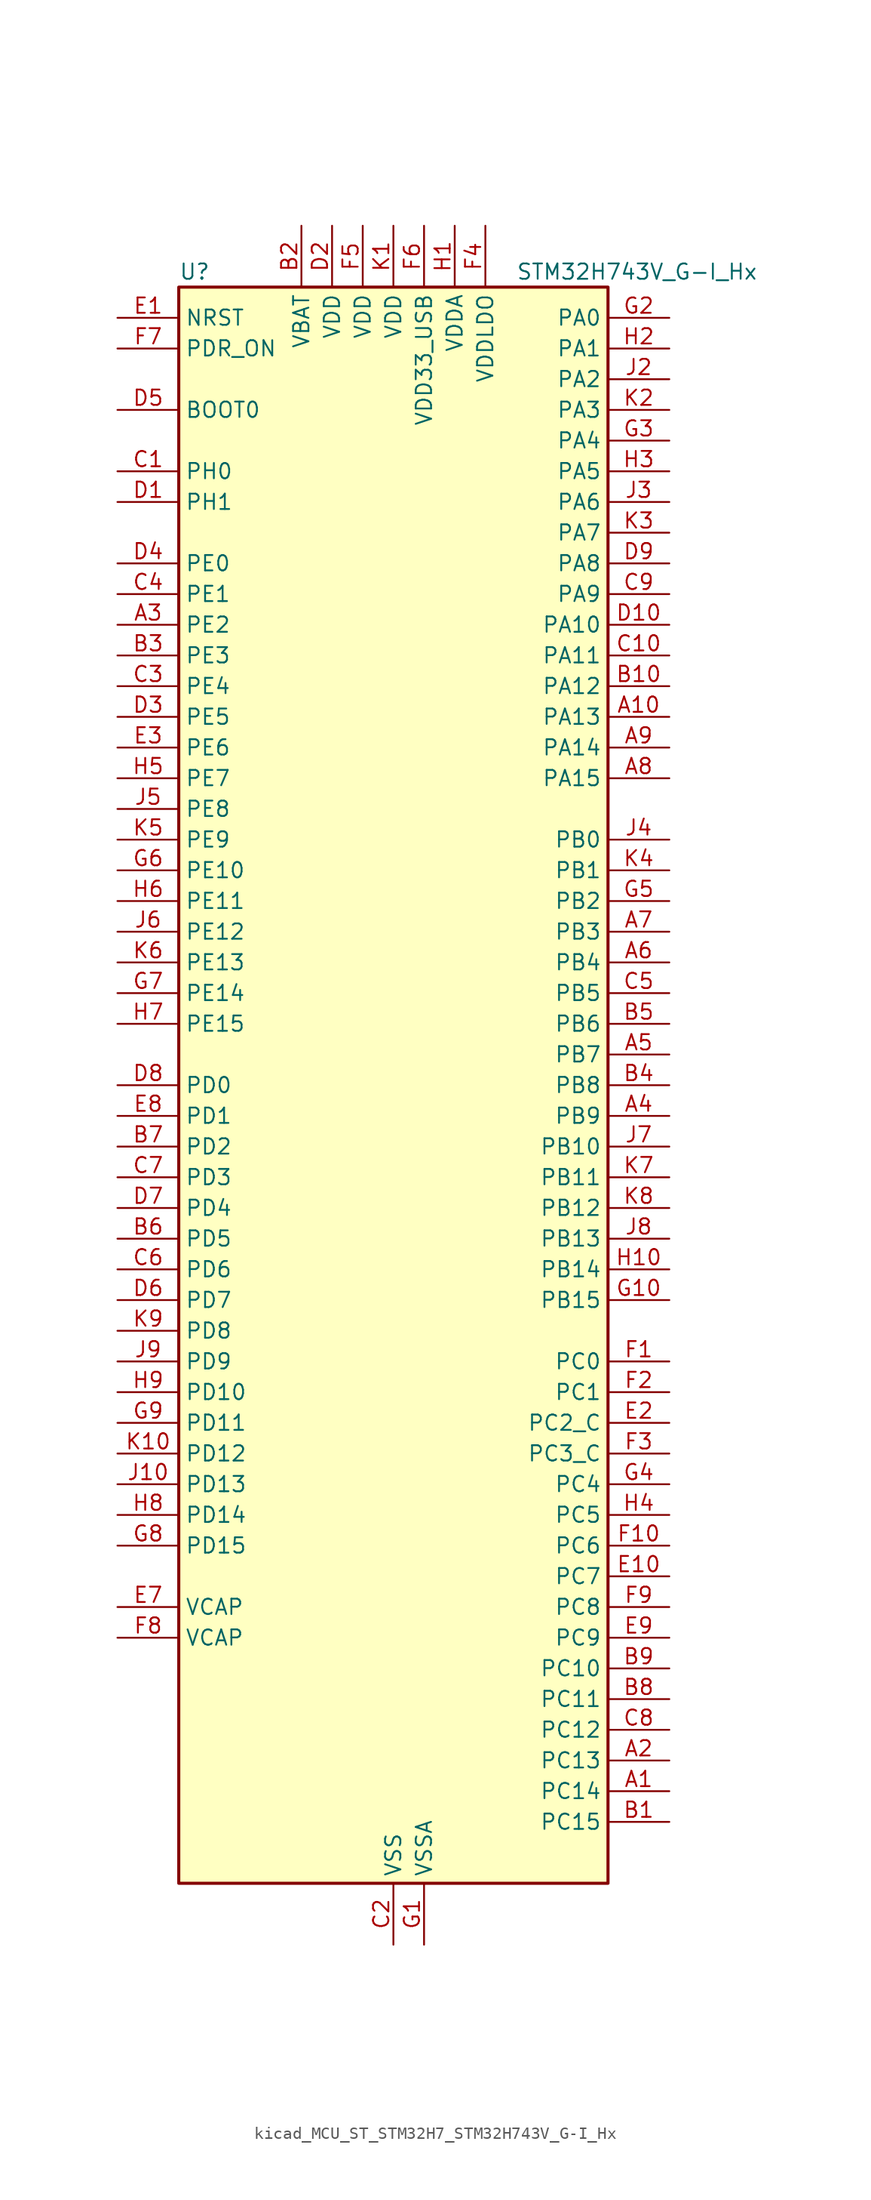
<source format=kicad_sym>
(kicad_symbol_lib
  (version 20220914)
  (generator kicad_symbol_editor)
  (symbol "kicad_MCU_ST_STM32H7_STM32H743V_G-I_Hx"
    (property "Reference" "U"
      (at -17.78 67.31 0)
      (effects (font (size 1.27 1.27)) (justify left)))
    (property "Value" "STM32H743V_G-I_Hx"
      (at 10.16 67.31 0)
      (effects (font (size 1.27 1.27)) (justify left)))
    (property "ki_locked" ""
      (at 0 0 0)
      (effects (font (size 1.27 1.27))))
    (symbol "kicad_MCU_ST_STM32H7_STM32H743V_G-I_Hx_0_1"
      (rectangle (start -17.78 -66.04) (end 17.78 66.04) (stroke (width 0.254) (type default)) (fill (type background))))
    (symbol "kicad_MCU_ST_STM32H7_STM32H743V_G-I_Hx_1_1"
      (pin bidirectional line (at 22.86 -58.42 180) (length 5.08) (name "PC14" (effects (font (size 1.27 1.27)))) (number "A1" (effects (font (size 1.27 1.27)))) (alternate "RCC_OSC32_IN" bidirectional line))
      (pin bidirectional line (at 22.86 30.48 180) (length 5.08) (name "PA13" (effects (font (size 1.27 1.27)))) (number "A10" (effects (font (size 1.27 1.27)))) (alternate "DEBUG_JTMS-SWDIO" bidirectional line))
      (pin bidirectional line (at 22.86 -55.88 180) (length 5.08) (name "PC13" (effects (font (size 1.27 1.27)))) (number "A2" (effects (font (size 1.27 1.27)))) (alternate "PWR_WKUP2" bidirectional line) (alternate "RTC_OUT_ALARM" bidirectional line) (alternate "RTC_OUT_CALIB" bidirectional line) (alternate "RTC_TAMP1" bidirectional line) (alternate "RTC_TS" bidirectional line))
      (pin bidirectional line (at -22.86 38.1 0) (length 5.08) (name "PE2" (effects (font (size 1.27 1.27)))) (number "A3" (effects (font (size 1.27 1.27)))) (alternate "DEBUG_TRACECLK" bidirectional line) (alternate "ETH_TXD3" bidirectional line) (alternate "FMC_A23" bidirectional line) (alternate "QUADSPI_BK1_IO2" bidirectional line) (alternate "SAI1_CK1" bidirectional line) (alternate "SAI1_MCLK_A" bidirectional line) (alternate "SAI4_CK1" bidirectional line) (alternate "SAI4_MCLK_A" bidirectional line) (alternate "SPI4_SCK" bidirectional line))
      (pin bidirectional line (at 22.86 -2.54 180) (length 5.08) (name "PB9" (effects (font (size 1.27 1.27)))) (number "A4" (effects (font (size 1.27 1.27)))) (alternate "DAC1_EXTI9" bidirectional line) (alternate "DCMI_D7" bidirectional line) (alternate "DFSDM1_DATIN7" bidirectional line) (alternate "FDCAN1_TX" bidirectional line) (alternate "I2C1_SDA" bidirectional line) (alternate "I2C4_SDA" bidirectional line) (alternate "I2C4_SMBA" bidirectional line) (alternate "I2S2_WS" bidirectional line) (alternate "LTDC_B7" bidirectional line) (alternate "SDMMC1_CDIR" bidirectional line) (alternate "SDMMC1_D5" bidirectional line) (alternate "SDMMC2_D5" bidirectional line) (alternate "SPI2_NSS" bidirectional line) (alternate "TIM17_CH1" bidirectional line) (alternate "TIM4_CH4" bidirectional line) (alternate "UART4_TX" bidirectional line))
      (pin bidirectional line (at 22.86 2.54 180) (length 5.08) (name "PB7" (effects (font (size 1.27 1.27)))) (number "A5" (effects (font (size 1.27 1.27)))) (alternate "DCMI_VSYNC" bidirectional line) (alternate "DFSDM1_CKIN5" bidirectional line) (alternate "FMC_NL" bidirectional line) (alternate "HRTIM_EEV9" bidirectional line) (alternate "I2C1_SDA" bidirectional line) (alternate "I2C4_SDA" bidirectional line) (alternate "LPUART1_RX" bidirectional line) (alternate "PWR_PVD_IN" bidirectional line) (alternate "TIM17_CH1N" bidirectional line) (alternate "TIM4_CH2" bidirectional line) (alternate "USART1_RX" bidirectional line))
      (pin bidirectional line (at 22.86 10.16 180) (length 5.08) (name "PB4" (effects (font (size 1.27 1.27)))) (number "A6" (effects (font (size 1.27 1.27)))) (alternate "DEBUG_JTRST" bidirectional line) (alternate "HRTIM_EEV6" bidirectional line) (alternate "I2S1_SDI" bidirectional line) (alternate "I2S2_WS" bidirectional line) (alternate "I2S3_SDI" bidirectional line) (alternate "SDMMC2_D3" bidirectional line) (alternate "SPI1_MISO" bidirectional line) (alternate "SPI2_NSS" bidirectional line) (alternate "SPI3_MISO" bidirectional line) (alternate "SPI6_MISO" bidirectional line) (alternate "TIM16_BKIN" bidirectional line) (alternate "TIM3_CH1" bidirectional line) (alternate "UART7_TX" bidirectional line))
      (pin bidirectional line (at 22.86 12.7 180) (length 5.08) (name "PB3" (effects (font (size 1.27 1.27)))) (number "A7" (effects (font (size 1.27 1.27)))) (alternate "CRS_SYNC" bidirectional line) (alternate "DEBUG_JTDO-SWO" bidirectional line) (alternate "HRTIM_FLT4" bidirectional line) (alternate "I2S1_CK" bidirectional line) (alternate "I2S3_CK" bidirectional line) (alternate "SDMMC2_D2" bidirectional line) (alternate "SPI1_SCK" bidirectional line) (alternate "SPI3_SCK" bidirectional line) (alternate "SPI6_SCK" bidirectional line) (alternate "TIM2_CH2" bidirectional line) (alternate "UART7_RX" bidirectional line))
      (pin bidirectional line (at 22.86 25.4 180) (length 5.08) (name "PA15" (effects (font (size 1.27 1.27)))) (number "A8" (effects (font (size 1.27 1.27)))) (alternate "ADC1_EXTI15" bidirectional line) (alternate "ADC2_EXTI15" bidirectional line) (alternate "ADC3_EXTI15" bidirectional line) (alternate "CEC" bidirectional line) (alternate "DEBUG_JTDI" bidirectional line) (alternate "HRTIM_FLT1" bidirectional line) (alternate "I2S1_WS" bidirectional line) (alternate "I2S3_WS" bidirectional line) (alternate "SPI1_NSS" bidirectional line) (alternate "SPI3_NSS" bidirectional line) (alternate "SPI6_NSS" bidirectional line) (alternate "TIM2_CH1" bidirectional line) (alternate "TIM2_ETR" bidirectional line) (alternate "UART4_DE" bidirectional line) (alternate "UART4_RTS" bidirectional line) (alternate "UART7_TX" bidirectional line))
      (pin bidirectional line (at 22.86 27.94 180) (length 5.08) (name "PA14" (effects (font (size 1.27 1.27)))) (number "A9" (effects (font (size 1.27 1.27)))) (alternate "DEBUG_JTCK-SWCLK" bidirectional line))
      (pin bidirectional line (at 22.86 -60.96 180) (length 5.08) (name "PC15" (effects (font (size 1.27 1.27)))) (number "B1" (effects (font (size 1.27 1.27)))) (alternate "ADC1_EXTI15" bidirectional line) (alternate "ADC2_EXTI15" bidirectional line) (alternate "ADC3_EXTI15" bidirectional line) (alternate "RCC_OSC32_OUT" bidirectional line))
      (pin bidirectional line (at 22.86 33.02 180) (length 5.08) (name "PA12" (effects (font (size 1.27 1.27)))) (number "B10" (effects (font (size 1.27 1.27)))) (alternate "FDCAN1_TX" bidirectional line) (alternate "HRTIM_CHD2" bidirectional line) (alternate "I2S2_CK" bidirectional line) (alternate "LPUART1_DE" bidirectional line) (alternate "LPUART1_RTS" bidirectional line) (alternate "LTDC_R5" bidirectional line) (alternate "SAI2_FS_B" bidirectional line) (alternate "SPI2_SCK" bidirectional line) (alternate "TIM1_ETR" bidirectional line) (alternate "UART4_TX" bidirectional line) (alternate "USART1_DE" bidirectional line) (alternate "USART1_RTS" bidirectional line) (alternate "USB_OTG_FS_DP" bidirectional line))
      (pin power_in line (at -7.62 71.12 270) (length 5.08) (name "VBAT" (effects (font (size 1.27 1.27)))) (number "B2" (effects (font (size 1.27 1.27)))))
      (pin bidirectional line (at -22.86 35.56 0) (length 5.08) (name "PE3" (effects (font (size 1.27 1.27)))) (number "B3" (effects (font (size 1.27 1.27)))) (alternate "DEBUG_TRACED0" bidirectional line) (alternate "FMC_A19" bidirectional line) (alternate "SAI1_SD_B" bidirectional line) (alternate "SAI4_SD_B" bidirectional line) (alternate "TIM15_BKIN" bidirectional line))
      (pin bidirectional line (at 22.86 0 180) (length 5.08) (name "PB8" (effects (font (size 1.27 1.27)))) (number "B4" (effects (font (size 1.27 1.27)))) (alternate "DCMI_D6" bidirectional line) (alternate "DFSDM1_CKIN7" bidirectional line) (alternate "ETH_TXD3" bidirectional line) (alternate "FDCAN1_RX" bidirectional line) (alternate "I2C1_SCL" bidirectional line) (alternate "I2C4_SCL" bidirectional line) (alternate "LTDC_B6" bidirectional line) (alternate "SDMMC1_CKIN" bidirectional line) (alternate "SDMMC1_D4" bidirectional line) (alternate "SDMMC2_D4" bidirectional line) (alternate "TIM16_CH1" bidirectional line) (alternate "TIM4_CH3" bidirectional line) (alternate "UART4_RX" bidirectional line))
      (pin bidirectional line (at 22.86 5.08 180) (length 5.08) (name "PB6" (effects (font (size 1.27 1.27)))) (number "B5" (effects (font (size 1.27 1.27)))) (alternate "CEC" bidirectional line) (alternate "DCMI_D5" bidirectional line) (alternate "DFSDM1_DATIN5" bidirectional line) (alternate "FDCAN2_TX" bidirectional line) (alternate "FMC_SDNE1" bidirectional line) (alternate "HRTIM_EEV8" bidirectional line) (alternate "I2C1_SCL" bidirectional line) (alternate "I2C4_SCL" bidirectional line) (alternate "LPUART1_TX" bidirectional line) (alternate "QUADSPI_BK1_NCS" bidirectional line) (alternate "TIM16_CH1N" bidirectional line) (alternate "TIM4_CH1" bidirectional line) (alternate "UART5_TX" bidirectional line) (alternate "USART1_TX" bidirectional line))
      (pin bidirectional line (at -22.86 -12.7 0) (length 5.08) (name "PD5" (effects (font (size 1.27 1.27)))) (number "B6" (effects (font (size 1.27 1.27)))) (alternate "FMC_NWE" bidirectional line) (alternate "HRTIM_EEV3" bidirectional line) (alternate "USART2_TX" bidirectional line))
      (pin bidirectional line (at -22.86 -5.08 0) (length 5.08) (name "PD2" (effects (font (size 1.27 1.27)))) (number "B7" (effects (font (size 1.27 1.27)))) (alternate "DCMI_D11" bidirectional line) (alternate "DEBUG_TRACED2" bidirectional line) (alternate "SDMMC1_CMD" bidirectional line) (alternate "TIM3_ETR" bidirectional line) (alternate "UART5_RX" bidirectional line))
      (pin bidirectional line (at 22.86 -50.8 180) (length 5.08) (name "PC11" (effects (font (size 1.27 1.27)))) (number "B8" (effects (font (size 1.27 1.27)))) (alternate "ADC1_EXTI11" bidirectional line) (alternate "ADC2_EXTI11" bidirectional line) (alternate "ADC3_EXTI11" bidirectional line) (alternate "DCMI_D4" bidirectional line) (alternate "DFSDM1_DATIN5" bidirectional line) (alternate "HRTIM_FLT2" bidirectional line) (alternate "I2S3_SDI" bidirectional line) (alternate "QUADSPI_BK2_NCS" bidirectional line) (alternate "SDMMC1_D3" bidirectional line) (alternate "SPI3_MISO" bidirectional line) (alternate "UART4_RX" bidirectional line) (alternate "USART3_RX" bidirectional line))
      (pin bidirectional line (at 22.86 -48.26 180) (length 5.08) (name "PC10" (effects (font (size 1.27 1.27)))) (number "B9" (effects (font (size 1.27 1.27)))) (alternate "DCMI_D8" bidirectional line) (alternate "DFSDM1_CKIN5" bidirectional line) (alternate "HRTIM_EEV1" bidirectional line) (alternate "I2S3_CK" bidirectional line) (alternate "LTDC_R2" bidirectional line) (alternate "QUADSPI_BK1_IO1" bidirectional line) (alternate "SDMMC1_D2" bidirectional line) (alternate "SPI3_SCK" bidirectional line) (alternate "UART4_TX" bidirectional line) (alternate "USART3_TX" bidirectional line))
      (pin bidirectional line (at -22.86 50.8 0) (length 5.08) (name "PH0" (effects (font (size 1.27 1.27)))) (number "C1" (effects (font (size 1.27 1.27)))) (alternate "RCC_OSC_IN" bidirectional line))
      (pin bidirectional line (at 22.86 35.56 180) (length 5.08) (name "PA11" (effects (font (size 1.27 1.27)))) (number "C10" (effects (font (size 1.27 1.27)))) (alternate "ADC1_EXTI11" bidirectional line) (alternate "ADC2_EXTI11" bidirectional line) (alternate "ADC3_EXTI11" bidirectional line) (alternate "FDCAN1_RX" bidirectional line) (alternate "HRTIM_CHD1" bidirectional line) (alternate "I2S2_WS" bidirectional line) (alternate "LPUART1_CTS" bidirectional line) (alternate "LTDC_R4" bidirectional line) (alternate "SPI2_NSS" bidirectional line) (alternate "TIM1_CH4" bidirectional line) (alternate "UART4_RX" bidirectional line) (alternate "USART1_CTS" bidirectional line) (alternate "USART1_NSS" bidirectional line) (alternate "USB_OTG_FS_DM" bidirectional line))
      (pin power_in line (at 0 -71.12 90) (length 5.08) (name "VSS" (effects (font (size 1.27 1.27)))) (number "C2" (effects (font (size 1.27 1.27)))))
      (pin bidirectional line (at -22.86 33.02 0) (length 5.08) (name "PE4" (effects (font (size 1.27 1.27)))) (number "C3" (effects (font (size 1.27 1.27)))) (alternate "DCMI_D4" bidirectional line) (alternate "DEBUG_TRACED1" bidirectional line) (alternate "DFSDM1_DATIN3" bidirectional line) (alternate "FMC_A20" bidirectional line) (alternate "LTDC_B0" bidirectional line) (alternate "SAI1_D2" bidirectional line) (alternate "SAI1_FS_A" bidirectional line) (alternate "SAI4_D2" bidirectional line) (alternate "SAI4_FS_A" bidirectional line) (alternate "SPI4_NSS" bidirectional line) (alternate "TIM15_CH1N" bidirectional line))
      (pin bidirectional line (at -22.86 40.64 0) (length 5.08) (name "PE1" (effects (font (size 1.27 1.27)))) (number "C4" (effects (font (size 1.27 1.27)))) (alternate "DCMI_D3" bidirectional line) (alternate "FMC_NBL1" bidirectional line) (alternate "HRTIM_SCOUT" bidirectional line) (alternate "LPTIM1_IN2" bidirectional line) (alternate "UART8_TX" bidirectional line))
      (pin bidirectional line (at 22.86 7.62 180) (length 5.08) (name "PB5" (effects (font (size 1.27 1.27)))) (number "C5" (effects (font (size 1.27 1.27)))) (alternate "DCMI_D10" bidirectional line) (alternate "ETH_PPS_OUT" bidirectional line) (alternate "FDCAN2_RX" bidirectional line) (alternate "FMC_SDCKE1" bidirectional line) (alternate "HRTIM_EEV7" bidirectional line) (alternate "I2C1_SMBA" bidirectional line) (alternate "I2C4_SMBA" bidirectional line) (alternate "I2S1_SDO" bidirectional line) (alternate "I2S3_SDO" bidirectional line) (alternate "SPI1_MOSI" bidirectional line) (alternate "SPI3_MOSI" bidirectional line) (alternate "SPI6_MOSI" bidirectional line) (alternate "TIM17_BKIN" bidirectional line) (alternate "TIM3_CH2" bidirectional line) (alternate "UART5_RX" bidirectional line) (alternate "USB_OTG_HS_ULPI_D7" bidirectional line))
      (pin bidirectional line (at -22.86 -15.24 0) (length 5.08) (name "PD6" (effects (font (size 1.27 1.27)))) (number "C6" (effects (font (size 1.27 1.27)))) (alternate "DCMI_D10" bidirectional line) (alternate "DFSDM1_CKIN4" bidirectional line) (alternate "DFSDM1_DATIN1" bidirectional line) (alternate "FMC_NWAIT" bidirectional line) (alternate "I2S3_SDO" bidirectional line) (alternate "LTDC_B2" bidirectional line) (alternate "SAI1_D1" bidirectional line) (alternate "SAI1_SD_A" bidirectional line) (alternate "SAI4_D1" bidirectional line) (alternate "SAI4_SD_A" bidirectional line) (alternate "SDMMC2_CK" bidirectional line) (alternate "SPI3_MOSI" bidirectional line) (alternate "USART2_RX" bidirectional line))
      (pin bidirectional line (at -22.86 -7.62 0) (length 5.08) (name "PD3" (effects (font (size 1.27 1.27)))) (number "C7" (effects (font (size 1.27 1.27)))) (alternate "DCMI_D5" bidirectional line) (alternate "DFSDM1_CKOUT" bidirectional line) (alternate "FMC_CLK" bidirectional line) (alternate "I2S2_CK" bidirectional line) (alternate "LTDC_G7" bidirectional line) (alternate "SPI2_SCK" bidirectional line) (alternate "USART2_CTS" bidirectional line) (alternate "USART2_NSS" bidirectional line))
      (pin bidirectional line (at 22.86 -53.34 180) (length 5.08) (name "PC12" (effects (font (size 1.27 1.27)))) (number "C8" (effects (font (size 1.27 1.27)))) (alternate "DCMI_D9" bidirectional line) (alternate "DEBUG_TRACED3" bidirectional line) (alternate "HRTIM_EEV2" bidirectional line) (alternate "I2S3_SDO" bidirectional line) (alternate "SDMMC1_CK" bidirectional line) (alternate "SPI3_MOSI" bidirectional line) (alternate "UART5_TX" bidirectional line) (alternate "USART3_CK" bidirectional line))
      (pin bidirectional line (at 22.86 40.64 180) (length 5.08) (name "PA9" (effects (font (size 1.27 1.27)))) (number "C9" (effects (font (size 1.27 1.27)))) (alternate "DAC1_EXTI9" bidirectional line) (alternate "DCMI_D0" bidirectional line) (alternate "HRTIM_CHC1" bidirectional line) (alternate "I2C3_SMBA" bidirectional line) (alternate "I2S2_CK" bidirectional line) (alternate "LPUART1_TX" bidirectional line) (alternate "LTDC_R5" bidirectional line) (alternate "SPI2_SCK" bidirectional line) (alternate "TIM1_CH2" bidirectional line) (alternate "USART1_TX" bidirectional line) (alternate "USB_OTG_FS_VBUS" bidirectional line))
      (pin bidirectional line (at -22.86 48.26 0) (length 5.08) (name "PH1" (effects (font (size 1.27 1.27)))) (number "D1" (effects (font (size 1.27 1.27)))) (alternate "RCC_OSC_OUT" bidirectional line))
      (pin bidirectional line (at 22.86 38.1 180) (length 5.08) (name "PA10" (effects (font (size 1.27 1.27)))) (number "D10" (effects (font (size 1.27 1.27)))) (alternate "DCMI_D1" bidirectional line) (alternate "HRTIM_CHC2" bidirectional line) (alternate "LPUART1_RX" bidirectional line) (alternate "LTDC_B1" bidirectional line) (alternate "LTDC_B4" bidirectional line) (alternate "MDIOS_MDIO" bidirectional line) (alternate "TIM1_CH3" bidirectional line) (alternate "USART1_RX" bidirectional line) (alternate "USB_OTG_FS_ID" bidirectional line))
      (pin power_in line (at -5.08 71.12 270) (length 5.08) (name "VDD" (effects (font (size 1.27 1.27)))) (number "D2" (effects (font (size 1.27 1.27)))))
      (pin bidirectional line (at -22.86 30.48 0) (length 5.08) (name "PE5" (effects (font (size 1.27 1.27)))) (number "D3" (effects (font (size 1.27 1.27)))) (alternate "DCMI_D6" bidirectional line) (alternate "DEBUG_TRACED2" bidirectional line) (alternate "DFSDM1_CKIN3" bidirectional line) (alternate "FMC_A21" bidirectional line) (alternate "LTDC_G0" bidirectional line) (alternate "SAI1_CK2" bidirectional line) (alternate "SAI1_SCK_A" bidirectional line) (alternate "SAI4_CK2" bidirectional line) (alternate "SAI4_SCK_A" bidirectional line) (alternate "SPI4_MISO" bidirectional line) (alternate "TIM15_CH1" bidirectional line))
      (pin bidirectional line (at -22.86 43.18 0) (length 5.08) (name "PE0" (effects (font (size 1.27 1.27)))) (number "D4" (effects (font (size 1.27 1.27)))) (alternate "DCMI_D2" bidirectional line) (alternate "FMC_NBL0" bidirectional line) (alternate "HRTIM_SCIN" bidirectional line) (alternate "LPTIM1_ETR" bidirectional line) (alternate "LPTIM2_ETR" bidirectional line) (alternate "SAI2_MCLK_A" bidirectional line) (alternate "TIM4_ETR" bidirectional line) (alternate "UART8_RX" bidirectional line))
      (pin input line (at -22.86 55.88 0) (length 5.08) (name "BOOT0" (effects (font (size 1.27 1.27)))) (number "D5" (effects (font (size 1.27 1.27)))))
      (pin bidirectional line (at -22.86 -17.78 0) (length 5.08) (name "PD7" (effects (font (size 1.27 1.27)))) (number "D6" (effects (font (size 1.27 1.27)))) (alternate "DFSDM1_CKIN1" bidirectional line) (alternate "DFSDM1_DATIN4" bidirectional line) (alternate "FMC_NE1" bidirectional line) (alternate "I2S1_SDO" bidirectional line) (alternate "SDMMC2_CMD" bidirectional line) (alternate "SPDIFRX1_IN0" bidirectional line) (alternate "SPI1_MOSI" bidirectional line) (alternate "USART2_CK" bidirectional line))
      (pin bidirectional line (at -22.86 -10.16 0) (length 5.08) (name "PD4" (effects (font (size 1.27 1.27)))) (number "D7" (effects (font (size 1.27 1.27)))) (alternate "FMC_NOE" bidirectional line) (alternate "HRTIM_FLT3" bidirectional line) (alternate "SAI3_FS_A" bidirectional line) (alternate "USART2_DE" bidirectional line) (alternate "USART2_RTS" bidirectional line))
      (pin bidirectional line (at -22.86 0 0) (length 5.08) (name "PD0" (effects (font (size 1.27 1.27)))) (number "D8" (effects (font (size 1.27 1.27)))) (alternate "DFSDM1_CKIN6" bidirectional line) (alternate "FDCAN1_RX" bidirectional line) (alternate "FMC_D2" bidirectional line) (alternate "FMC_DA2" bidirectional line) (alternate "SAI3_SCK_A" bidirectional line) (alternate "UART4_RX" bidirectional line))
      (pin bidirectional line (at 22.86 43.18 180) (length 5.08) (name "PA8" (effects (font (size 1.27 1.27)))) (number "D9" (effects (font (size 1.27 1.27)))) (alternate "HRTIM_CHB2" bidirectional line) (alternate "I2C3_SCL" bidirectional line) (alternate "LTDC_B3" bidirectional line) (alternate "LTDC_R6" bidirectional line) (alternate "RCC_MCO_1" bidirectional line) (alternate "TIM1_CH1" bidirectional line) (alternate "TIM8_BKIN2" bidirectional line) (alternate "TIM8_BKIN2_COMP1" bidirectional line) (alternate "TIM8_BKIN2_COMP2" bidirectional line) (alternate "UART7_RX" bidirectional line) (alternate "USART1_CK" bidirectional line) (alternate "USB_OTG_FS_SOF" bidirectional line))
      (pin input line (at -22.86 63.5 0) (length 5.08) (name "NRST" (effects (font (size 1.27 1.27)))) (number "E1" (effects (font (size 1.27 1.27)))))
      (pin bidirectional line (at 22.86 -40.64 180) (length 5.08) (name "PC7" (effects (font (size 1.27 1.27)))) (number "E10" (effects (font (size 1.27 1.27)))) (alternate "DCMI_D1" bidirectional line) (alternate "DEBUG_TRGIO" bidirectional line) (alternate "DFSDM1_DATIN3" bidirectional line) (alternate "FMC_NE1" bidirectional line) (alternate "HRTIM_CHA2" bidirectional line) (alternate "I2S3_MCK" bidirectional line) (alternate "LTDC_G6" bidirectional line) (alternate "SDMMC1_D123DIR" bidirectional line) (alternate "SDMMC1_D7" bidirectional line) (alternate "SDMMC2_D7" bidirectional line) (alternate "SWPMI1_TX" bidirectional line) (alternate "TIM3_CH2" bidirectional line) (alternate "TIM8_CH2" bidirectional line) (alternate "USART6_RX" bidirectional line))
      (pin bidirectional line (at 22.86 -27.94 180) (length 5.08) (name "PC2_C" (effects (font (size 1.27 1.27)))) (number "E2" (effects (font (size 1.27 1.27)))) (alternate "ADC3_INN1" bidirectional line) (alternate "ADC3_INP0" bidirectional line) (alternate "DFSDM1_CKIN1" bidirectional line) (alternate "DFSDM1_CKOUT" bidirectional line) (alternate "ETH_TXD2" bidirectional line) (alternate "FMC_SDNE0" bidirectional line) (alternate "I2S2_SDI" bidirectional line) (alternate "PWR_CSTOP" bidirectional line) (alternate "SPI2_MISO" bidirectional line) (alternate "USB_OTG_HS_ULPI_DIR" bidirectional line))
      (pin bidirectional line (at -22.86 27.94 0) (length 5.08) (name "PE6" (effects (font (size 1.27 1.27)))) (number "E3" (effects (font (size 1.27 1.27)))) (alternate "DCMI_D7" bidirectional line) (alternate "DEBUG_TRACED3" bidirectional line) (alternate "FMC_A22" bidirectional line) (alternate "LTDC_G1" bidirectional line) (alternate "SAI1_D1" bidirectional line) (alternate "SAI1_SD_A" bidirectional line) (alternate "SAI2_MCLK_B" bidirectional line) (alternate "SAI4_D1" bidirectional line) (alternate "SAI4_SD_A" bidirectional line) (alternate "SPI4_MOSI" bidirectional line) (alternate "TIM15_CH2" bidirectional line) (alternate "TIM1_BKIN2" bidirectional line) (alternate "TIM1_BKIN2_COMP1" bidirectional line) (alternate "TIM1_BKIN2_COMP2" bidirectional line))
      (pin passive line (at 0 -71.12 90) (length 5.08) hide (name "VSS" (effects (font (size 1.27 1.27)))) (number "E4" (effects (font (size 1.27 1.27)))))
      (pin passive line (at 0 -71.12 90) (length 5.08) hide (name "VSS" (effects (font (size 1.27 1.27)))) (number "E5" (effects (font (size 1.27 1.27)))))
      (pin passive line (at 0 -71.12 90) (length 5.08) hide (name "VSS" (effects (font (size 1.27 1.27)))) (number "E6" (effects (font (size 1.27 1.27)))))
      (pin power_out line (at -22.86 -43.18 0) (length 5.08) (name "VCAP" (effects (font (size 1.27 1.27)))) (number "E7" (effects (font (size 1.27 1.27)))))
      (pin bidirectional line (at -22.86 -2.54 0) (length 5.08) (name "PD1" (effects (font (size 1.27 1.27)))) (number "E8" (effects (font (size 1.27 1.27)))) (alternate "DFSDM1_DATIN6" bidirectional line) (alternate "FDCAN1_TX" bidirectional line) (alternate "FMC_D3" bidirectional line) (alternate "FMC_DA3" bidirectional line) (alternate "SAI3_SD_A" bidirectional line) (alternate "UART4_TX" bidirectional line))
      (pin bidirectional line (at 22.86 -45.72 180) (length 5.08) (name "PC9" (effects (font (size 1.27 1.27)))) (number "E9" (effects (font (size 1.27 1.27)))) (alternate "DAC1_EXTI9" bidirectional line) (alternate "DCMI_D3" bidirectional line) (alternate "I2C3_SDA" bidirectional line) (alternate "I2S_CKIN" bidirectional line) (alternate "LTDC_B2" bidirectional line) (alternate "LTDC_G3" bidirectional line) (alternate "QUADSPI_BK1_IO0" bidirectional line) (alternate "RCC_MCO_2" bidirectional line) (alternate "SDMMC1_D1" bidirectional line) (alternate "SWPMI1_SUSPEND" bidirectional line) (alternate "TIM3_CH4" bidirectional line) (alternate "TIM8_CH4" bidirectional line) (alternate "UART5_CTS" bidirectional line))
      (pin bidirectional line (at 22.86 -22.86 180) (length 5.08) (name "PC0" (effects (font (size 1.27 1.27)))) (number "F1" (effects (font (size 1.27 1.27)))) (alternate "ADC1_INP10" bidirectional line) (alternate "ADC2_INP10" bidirectional line) (alternate "ADC3_INP10" bidirectional line) (alternate "DFSDM1_CKIN0" bidirectional line) (alternate "DFSDM1_DATIN4" bidirectional line) (alternate "FMC_SDNWE" bidirectional line) (alternate "LTDC_R5" bidirectional line) (alternate "SAI2_FS_B" bidirectional line) (alternate "USB_OTG_HS_ULPI_STP" bidirectional line))
      (pin bidirectional line (at 22.86 -38.1 180) (length 5.08) (name "PC6" (effects (font (size 1.27 1.27)))) (number "F10" (effects (font (size 1.27 1.27)))) (alternate "DCMI_D0" bidirectional line) (alternate "DFSDM1_CKIN3" bidirectional line) (alternate "FMC_NWAIT" bidirectional line) (alternate "HRTIM_CHA1" bidirectional line) (alternate "I2S2_MCK" bidirectional line) (alternate "LTDC_HSYNC" bidirectional line) (alternate "SDMMC1_D0DIR" bidirectional line) (alternate "SDMMC1_D6" bidirectional line) (alternate "SDMMC2_D6" bidirectional line) (alternate "SWPMI1_IO" bidirectional line) (alternate "TIM3_CH1" bidirectional line) (alternate "TIM8_CH1" bidirectional line) (alternate "USART6_TX" bidirectional line))
      (pin bidirectional line (at 22.86 -25.4 180) (length 5.08) (name "PC1" (effects (font (size 1.27 1.27)))) (number "F2" (effects (font (size 1.27 1.27)))) (alternate "ADC1_INN10" bidirectional line) (alternate "ADC1_INP11" bidirectional line) (alternate "ADC2_INN10" bidirectional line) (alternate "ADC2_INP11" bidirectional line) (alternate "ADC3_INN10" bidirectional line) (alternate "ADC3_INP11" bidirectional line) (alternate "DEBUG_TRACED0" bidirectional line) (alternate "DFSDM1_CKIN4" bidirectional line) (alternate "DFSDM1_DATIN0" bidirectional line) (alternate "ETH_MDC" bidirectional line) (alternate "I2S2_SDO" bidirectional line) (alternate "MDIOS_MDC" bidirectional line) (alternate "PWR_WKUP5" bidirectional line) (alternate "RTC_TAMP3" bidirectional line) (alternate "SAI1_D1" bidirectional line) (alternate "SAI1_SD_A" bidirectional line) (alternate "SAI4_D1" bidirectional line) (alternate "SAI4_SD_A" bidirectional line) (alternate "SDMMC2_CK" bidirectional line) (alternate "SPI2_MOSI" bidirectional line))
      (pin bidirectional line (at 22.86 -30.48 180) (length 5.08) (name "PC3_C" (effects (font (size 1.27 1.27)))) (number "F3" (effects (font (size 1.27 1.27)))) (alternate "ADC3_INP1" bidirectional line) (alternate "DFSDM1_DATIN1" bidirectional line) (alternate "ETH_TX_CLK" bidirectional line) (alternate "FMC_SDCKE0" bidirectional line) (alternate "I2S2_SDO" bidirectional line) (alternate "PWR_CSLEEP" bidirectional line) (alternate "SPI2_MOSI" bidirectional line) (alternate "USB_OTG_HS_ULPI_NXT" bidirectional line))
      (pin power_in line (at 7.62 71.12 270) (length 5.08) (name "VDDLDO" (effects (font (size 1.27 1.27)))) (number "F4" (effects (font (size 1.27 1.27)))))
      (pin power_in line (at -2.54 71.12 270) (length 5.08) (name "VDD" (effects (font (size 1.27 1.27)))) (number "F5" (effects (font (size 1.27 1.27)))))
      (pin power_in line (at 2.54 71.12 270) (length 5.08) (name "VDD33_USB" (effects (font (size 1.27 1.27)))) (number "F6" (effects (font (size 1.27 1.27)))))
      (pin input line (at -22.86 60.96 0) (length 5.08) (name "PDR_ON" (effects (font (size 1.27 1.27)))) (number "F7" (effects (font (size 1.27 1.27)))))
      (pin power_out line (at -22.86 -45.72 0) (length 5.08) (name "VCAP" (effects (font (size 1.27 1.27)))) (number "F8" (effects (font (size 1.27 1.27)))))
      (pin bidirectional line (at 22.86 -43.18 180) (length 5.08) (name "PC8" (effects (font (size 1.27 1.27)))) (number "F9" (effects (font (size 1.27 1.27)))) (alternate "DCMI_D2" bidirectional line) (alternate "DEBUG_TRACED1" bidirectional line) (alternate "FMC_NCE" bidirectional line) (alternate "FMC_NE2" bidirectional line) (alternate "HRTIM_CHB1" bidirectional line) (alternate "SDMMC1_D0" bidirectional line) (alternate "SWPMI1_RX" bidirectional line) (alternate "TIM3_CH3" bidirectional line) (alternate "TIM8_CH3" bidirectional line) (alternate "UART5_DE" bidirectional line) (alternate "UART5_RTS" bidirectional line) (alternate "USART6_CK" bidirectional line))
      (pin power_in line (at 2.54 -71.12 90) (length 5.08) (name "VSSA" (effects (font (size 1.27 1.27)))) (number "G1" (effects (font (size 1.27 1.27)))))
      (pin bidirectional line (at 22.86 -17.78 180) (length 5.08) (name "PB15" (effects (font (size 1.27 1.27)))) (number "G10" (effects (font (size 1.27 1.27)))) (alternate "ADC1_EXTI15" bidirectional line) (alternate "ADC2_EXTI15" bidirectional line) (alternate "ADC3_EXTI15" bidirectional line) (alternate "DFSDM1_CKIN2" bidirectional line) (alternate "I2S2_SDO" bidirectional line) (alternate "RTC_REFIN" bidirectional line) (alternate "SDMMC2_D1" bidirectional line) (alternate "SPI2_MOSI" bidirectional line) (alternate "TIM12_CH2" bidirectional line) (alternate "TIM1_CH3N" bidirectional line) (alternate "TIM8_CH3N" bidirectional line) (alternate "UART4_CTS" bidirectional line) (alternate "USART1_RX" bidirectional line) (alternate "USB_OTG_HS_DP" bidirectional line))
      (pin bidirectional line (at 22.86 63.5 180) (length 5.08) (name "PA0" (effects (font (size 1.27 1.27)))) (number "G2" (effects (font (size 1.27 1.27)))) (alternate "ADC1_INP16" bidirectional line) (alternate "ETH_CRS" bidirectional line) (alternate "PWR_WKUP0" bidirectional line) (alternate "SAI2_SD_B" bidirectional line) (alternate "SDMMC2_CMD" bidirectional line) (alternate "TIM15_BKIN" bidirectional line) (alternate "TIM2_CH1" bidirectional line) (alternate "TIM2_ETR" bidirectional line) (alternate "TIM5_CH1" bidirectional line) (alternate "TIM8_ETR" bidirectional line) (alternate "UART4_TX" bidirectional line) (alternate "USART2_CTS" bidirectional line) (alternate "USART2_NSS" bidirectional line))
      (pin bidirectional line (at 22.86 53.34 180) (length 5.08) (name "PA4" (effects (font (size 1.27 1.27)))) (number "G3" (effects (font (size 1.27 1.27)))) (alternate "ADC1_INP18" bidirectional line) (alternate "ADC2_INP18" bidirectional line) (alternate "DAC1_OUT1" bidirectional line) (alternate "DCMI_HSYNC" bidirectional line) (alternate "I2S1_WS" bidirectional line) (alternate "I2S3_WS" bidirectional line) (alternate "LTDC_VSYNC" bidirectional line) (alternate "SPI1_NSS" bidirectional line) (alternate "SPI3_NSS" bidirectional line) (alternate "SPI6_NSS" bidirectional line) (alternate "TIM5_ETR" bidirectional line) (alternate "USART2_CK" bidirectional line) (alternate "USB_OTG_HS_SOF" bidirectional line))
      (pin bidirectional line (at 22.86 -33.02 180) (length 5.08) (name "PC4" (effects (font (size 1.27 1.27)))) (number "G4" (effects (font (size 1.27 1.27)))) (alternate "ADC1_INP4" bidirectional line) (alternate "ADC2_INP4" bidirectional line) (alternate "COMP1_INM" bidirectional line) (alternate "DFSDM1_CKIN2" bidirectional line) (alternate "ETH_RXD0" bidirectional line) (alternate "FMC_SDNE0" bidirectional line) (alternate "I2S1_MCK" bidirectional line) (alternate "OPAMP1_VOUT" bidirectional line) (alternate "SPDIFRX1_IN2" bidirectional line))
      (pin bidirectional line (at 22.86 15.24 180) (length 5.08) (name "PB2" (effects (font (size 1.27 1.27)))) (number "G5" (effects (font (size 1.27 1.27)))) (alternate "COMP1_INP" bidirectional line) (alternate "DFSDM1_CKIN1" bidirectional line) (alternate "I2S3_SDO" bidirectional line) (alternate "QUADSPI_CLK" bidirectional line) (alternate "RTC_OUT_ALARM" bidirectional line) (alternate "RTC_OUT_CALIB" bidirectional line) (alternate "SAI1_D1" bidirectional line) (alternate "SAI1_SD_A" bidirectional line) (alternate "SAI4_D1" bidirectional line) (alternate "SAI4_SD_A" bidirectional line) (alternate "SPI3_MOSI" bidirectional line))
      (pin bidirectional line (at -22.86 17.78 0) (length 5.08) (name "PE10" (effects (font (size 1.27 1.27)))) (number "G6" (effects (font (size 1.27 1.27)))) (alternate "COMP2_INM" bidirectional line) (alternate "DFSDM1_DATIN4" bidirectional line) (alternate "FMC_D7" bidirectional line) (alternate "FMC_DA7" bidirectional line) (alternate "QUADSPI_BK2_IO3" bidirectional line) (alternate "TIM1_CH2N" bidirectional line) (alternate "UART7_CTS" bidirectional line))
      (pin bidirectional line (at -22.86 7.62 0) (length 5.08) (name "PE14" (effects (font (size 1.27 1.27)))) (number "G7" (effects (font (size 1.27 1.27)))) (alternate "FMC_D11" bidirectional line) (alternate "FMC_DA11" bidirectional line) (alternate "LTDC_CLK" bidirectional line) (alternate "SAI2_MCLK_B" bidirectional line) (alternate "SPI4_MOSI" bidirectional line) (alternate "TIM1_CH4" bidirectional line))
      (pin bidirectional line (at -22.86 -38.1 0) (length 5.08) (name "PD15" (effects (font (size 1.27 1.27)))) (number "G8" (effects (font (size 1.27 1.27)))) (alternate "ADC1_EXTI15" bidirectional line) (alternate "ADC2_EXTI15" bidirectional line) (alternate "ADC3_EXTI15" bidirectional line) (alternate "FMC_D1" bidirectional line) (alternate "FMC_DA1" bidirectional line) (alternate "SAI3_MCLK_A" bidirectional line) (alternate "TIM4_CH4" bidirectional line) (alternate "UART8_DE" bidirectional line) (alternate "UART8_RTS" bidirectional line))
      (pin bidirectional line (at -22.86 -27.94 0) (length 5.08) (name "PD11" (effects (font (size 1.27 1.27)))) (number "G9" (effects (font (size 1.27 1.27)))) (alternate "ADC1_EXTI11" bidirectional line) (alternate "ADC2_EXTI11" bidirectional line) (alternate "ADC3_EXTI11" bidirectional line) (alternate "FMC_A16" bidirectional line) (alternate "FMC_CLE" bidirectional line) (alternate "I2C4_SMBA" bidirectional line) (alternate "LPTIM2_IN2" bidirectional line) (alternate "QUADSPI_BK1_IO0" bidirectional line) (alternate "SAI2_SD_A" bidirectional line) (alternate "USART3_CTS" bidirectional line) (alternate "USART3_NSS" bidirectional line))
      (pin power_in line (at 5.08 71.12 270) (length 5.08) (name "VDDA" (effects (font (size 1.27 1.27)))) (number "H1" (effects (font (size 1.27 1.27)))))
      (pin bidirectional line (at 22.86 -15.24 180) (length 5.08) (name "PB14" (effects (font (size 1.27 1.27)))) (number "H10" (effects (font (size 1.27 1.27)))) (alternate "DFSDM1_DATIN2" bidirectional line) (alternate "I2S2_SDI" bidirectional line) (alternate "SDMMC2_D0" bidirectional line) (alternate "SPI2_MISO" bidirectional line) (alternate "TIM12_CH1" bidirectional line) (alternate "TIM1_CH2N" bidirectional line) (alternate "TIM8_CH2N" bidirectional line) (alternate "UART4_DE" bidirectional line) (alternate "UART4_RTS" bidirectional line) (alternate "USART1_TX" bidirectional line) (alternate "USART3_DE" bidirectional line) (alternate "USART3_RTS" bidirectional line) (alternate "USB_OTG_HS_DM" bidirectional line))
      (pin bidirectional line (at 22.86 60.96 180) (length 5.08) (name "PA1" (effects (font (size 1.27 1.27)))) (number "H2" (effects (font (size 1.27 1.27)))) (alternate "ADC1_INN16" bidirectional line) (alternate "ADC1_INP17" bidirectional line) (alternate "ETH_REF_CLK" bidirectional line) (alternate "ETH_RX_CLK" bidirectional line) (alternate "LPTIM3_OUT" bidirectional line) (alternate "LTDC_R2" bidirectional line) (alternate "QUADSPI_BK1_IO3" bidirectional line) (alternate "SAI2_MCLK_B" bidirectional line) (alternate "TIM15_CH1N" bidirectional line) (alternate "TIM2_CH2" bidirectional line) (alternate "TIM5_CH2" bidirectional line) (alternate "UART4_RX" bidirectional line) (alternate "USART2_DE" bidirectional line) (alternate "USART2_RTS" bidirectional line))
      (pin bidirectional line (at 22.86 50.8 180) (length 5.08) (name "PA5" (effects (font (size 1.27 1.27)))) (number "H3" (effects (font (size 1.27 1.27)))) (alternate "ADC1_INN18" bidirectional line) (alternate "ADC1_INP19" bidirectional line) (alternate "ADC2_INN18" bidirectional line) (alternate "ADC2_INP19" bidirectional line) (alternate "DAC1_OUT2" bidirectional line) (alternate "I2S1_CK" bidirectional line) (alternate "LTDC_R4" bidirectional line) (alternate "PWR_NDSTOP2" bidirectional line) (alternate "SPI1_SCK" bidirectional line) (alternate "SPI6_SCK" bidirectional line) (alternate "TIM2_CH1" bidirectional line) (alternate "TIM2_ETR" bidirectional line) (alternate "TIM8_CH1N" bidirectional line) (alternate "USB_OTG_HS_ULPI_CK" bidirectional line))
      (pin bidirectional line (at 22.86 -35.56 180) (length 5.08) (name "PC5" (effects (font (size 1.27 1.27)))) (number "H4" (effects (font (size 1.27 1.27)))) (alternate "ADC1_INN4" bidirectional line) (alternate "ADC1_INP8" bidirectional line) (alternate "ADC2_INN4" bidirectional line) (alternate "ADC2_INP8" bidirectional line) (alternate "COMP1_OUT" bidirectional line) (alternate "DFSDM1_DATIN2" bidirectional line) (alternate "ETH_RXD1" bidirectional line) (alternate "FMC_SDCKE0" bidirectional line) (alternate "OPAMP1_VINM" bidirectional line) (alternate "OPAMP1_VINM0" bidirectional line) (alternate "SAI1_D3" bidirectional line) (alternate "SAI4_D3" bidirectional line) (alternate "SPDIFRX1_IN3" bidirectional line))
      (pin bidirectional line (at -22.86 25.4 0) (length 5.08) (name "PE7" (effects (font (size 1.27 1.27)))) (number "H5" (effects (font (size 1.27 1.27)))) (alternate "COMP2_INM" bidirectional line) (alternate "DFSDM1_DATIN2" bidirectional line) (alternate "FMC_D4" bidirectional line) (alternate "FMC_DA4" bidirectional line) (alternate "OPAMP2_VOUT" bidirectional line) (alternate "QUADSPI_BK2_IO0" bidirectional line) (alternate "TIM1_ETR" bidirectional line) (alternate "UART7_RX" bidirectional line))
      (pin bidirectional line (at -22.86 15.24 0) (length 5.08) (name "PE11" (effects (font (size 1.27 1.27)))) (number "H6" (effects (font (size 1.27 1.27)))) (alternate "ADC1_EXTI11" bidirectional line) (alternate "ADC2_EXTI11" bidirectional line) (alternate "ADC3_EXTI11" bidirectional line) (alternate "COMP2_INP" bidirectional line) (alternate "DFSDM1_CKIN4" bidirectional line) (alternate "FMC_D8" bidirectional line) (alternate "FMC_DA8" bidirectional line) (alternate "LTDC_G3" bidirectional line) (alternate "SAI2_SD_B" bidirectional line) (alternate "SPI4_NSS" bidirectional line) (alternate "TIM1_CH2" bidirectional line))
      (pin bidirectional line (at -22.86 5.08 0) (length 5.08) (name "PE15" (effects (font (size 1.27 1.27)))) (number "H7" (effects (font (size 1.27 1.27)))) (alternate "ADC1_EXTI15" bidirectional line) (alternate "ADC2_EXTI15" bidirectional line) (alternate "ADC3_EXTI15" bidirectional line) (alternate "FMC_D12" bidirectional line) (alternate "FMC_DA12" bidirectional line) (alternate "LTDC_R7" bidirectional line) (alternate "TIM1_BKIN" bidirectional line) (alternate "TIM1_BKIN_COMP1" bidirectional line) (alternate "TIM1_BKIN_COMP2" bidirectional line))
      (pin bidirectional line (at -22.86 -35.56 0) (length 5.08) (name "PD14" (effects (font (size 1.27 1.27)))) (number "H8" (effects (font (size 1.27 1.27)))) (alternate "FMC_D0" bidirectional line) (alternate "FMC_DA0" bidirectional line) (alternate "SAI3_MCLK_B" bidirectional line) (alternate "TIM4_CH3" bidirectional line) (alternate "UART8_CTS" bidirectional line))
      (pin bidirectional line (at -22.86 -25.4 0) (length 5.08) (name "PD10" (effects (font (size 1.27 1.27)))) (number "H9" (effects (font (size 1.27 1.27)))) (alternate "DFSDM1_CKOUT" bidirectional line) (alternate "FMC_D15" bidirectional line) (alternate "FMC_DA15" bidirectional line) (alternate "LTDC_B3" bidirectional line) (alternate "SAI3_FS_B" bidirectional line) (alternate "USART3_CK" bidirectional line))
      (pin passive line (at 0 -71.12 90) (length 5.08) hide (name "VSS" (effects (font (size 1.27 1.27)))) (number "J1" (effects (font (size 1.27 1.27)))))
      (pin bidirectional line (at -22.86 -33.02 0) (length 5.08) (name "PD13" (effects (font (size 1.27 1.27)))) (number "J10" (effects (font (size 1.27 1.27)))) (alternate "FMC_A18" bidirectional line) (alternate "I2C4_SDA" bidirectional line) (alternate "LPTIM1_OUT" bidirectional line) (alternate "QUADSPI_BK1_IO3" bidirectional line) (alternate "SAI2_SCK_A" bidirectional line) (alternate "TIM4_CH2" bidirectional line))
      (pin bidirectional line (at 22.86 58.42 180) (length 5.08) (name "PA2" (effects (font (size 1.27 1.27)))) (number "J2" (effects (font (size 1.27 1.27)))) (alternate "ADC1_INP14" bidirectional line) (alternate "ADC2_INP14" bidirectional line) (alternate "ETH_MDIO" bidirectional line) (alternate "LPTIM4_OUT" bidirectional line) (alternate "LTDC_R1" bidirectional line) (alternate "MDIOS_MDIO" bidirectional line) (alternate "PWR_WKUP1" bidirectional line) (alternate "SAI2_SCK_B" bidirectional line) (alternate "TIM15_CH1" bidirectional line) (alternate "TIM2_CH3" bidirectional line) (alternate "TIM5_CH3" bidirectional line) (alternate "USART2_TX" bidirectional line))
      (pin bidirectional line (at 22.86 48.26 180) (length 5.08) (name "PA6" (effects (font (size 1.27 1.27)))) (number "J3" (effects (font (size 1.27 1.27)))) (alternate "ADC1_INP3" bidirectional line) (alternate "ADC2_INP3" bidirectional line) (alternate "DCMI_PIXCLK" bidirectional line) (alternate "I2S1_SDI" bidirectional line) (alternate "LTDC_G2" bidirectional line) (alternate "MDIOS_MDC" bidirectional line) (alternate "SPI1_MISO" bidirectional line) (alternate "SPI6_MISO" bidirectional line) (alternate "TIM13_CH1" bidirectional line) (alternate "TIM1_BKIN" bidirectional line) (alternate "TIM1_BKIN_COMP1" bidirectional line) (alternate "TIM1_BKIN_COMP2" bidirectional line) (alternate "TIM3_CH1" bidirectional line) (alternate "TIM8_BKIN" bidirectional line) (alternate "TIM8_BKIN_COMP1" bidirectional line) (alternate "TIM8_BKIN_COMP2" bidirectional line))
      (pin bidirectional line (at 22.86 20.32 180) (length 5.08) (name "PB0" (effects (font (size 1.27 1.27)))) (number "J4" (effects (font (size 1.27 1.27)))) (alternate "ADC1_INN5" bidirectional line) (alternate "ADC1_INP9" bidirectional line) (alternate "ADC2_INN5" bidirectional line) (alternate "ADC2_INP9" bidirectional line) (alternate "COMP1_INP" bidirectional line) (alternate "DFSDM1_CKOUT" bidirectional line) (alternate "ETH_RXD2" bidirectional line) (alternate "LTDC_G1" bidirectional line) (alternate "LTDC_R3" bidirectional line) (alternate "OPAMP1_VINP" bidirectional line) (alternate "TIM1_CH2N" bidirectional line) (alternate "TIM3_CH3" bidirectional line) (alternate "TIM8_CH2N" bidirectional line) (alternate "UART4_CTS" bidirectional line) (alternate "USB_OTG_HS_ULPI_D1" bidirectional line))
      (pin bidirectional line (at -22.86 22.86 0) (length 5.08) (name "PE8" (effects (font (size 1.27 1.27)))) (number "J5" (effects (font (size 1.27 1.27)))) (alternate "COMP2_OUT" bidirectional line) (alternate "DFSDM1_CKIN2" bidirectional line) (alternate "FMC_D5" bidirectional line) (alternate "FMC_DA5" bidirectional line) (alternate "OPAMP2_VINM" bidirectional line) (alternate "OPAMP2_VINM0" bidirectional line) (alternate "QUADSPI_BK2_IO1" bidirectional line) (alternate "TIM1_CH1N" bidirectional line) (alternate "UART7_TX" bidirectional line))
      (pin bidirectional line (at -22.86 12.7 0) (length 5.08) (name "PE12" (effects (font (size 1.27 1.27)))) (number "J6" (effects (font (size 1.27 1.27)))) (alternate "COMP1_OUT" bidirectional line) (alternate "DFSDM1_DATIN5" bidirectional line) (alternate "FMC_D9" bidirectional line) (alternate "FMC_DA9" bidirectional line) (alternate "LTDC_B4" bidirectional line) (alternate "SAI2_SCK_B" bidirectional line) (alternate "SPI4_SCK" bidirectional line) (alternate "TIM1_CH3N" bidirectional line))
      (pin bidirectional line (at 22.86 -5.08 180) (length 5.08) (name "PB10" (effects (font (size 1.27 1.27)))) (number "J7" (effects (font (size 1.27 1.27)))) (alternate "DFSDM1_DATIN7" bidirectional line) (alternate "ETH_RX_ER" bidirectional line) (alternate "HRTIM_SCOUT" bidirectional line) (alternate "I2C2_SCL" bidirectional line) (alternate "I2S2_CK" bidirectional line) (alternate "LPTIM2_IN1" bidirectional line) (alternate "LTDC_G4" bidirectional line) (alternate "QUADSPI_BK1_NCS" bidirectional line) (alternate "SPI2_SCK" bidirectional line) (alternate "TIM2_CH3" bidirectional line) (alternate "USART3_TX" bidirectional line) (alternate "USB_OTG_HS_ULPI_D3" bidirectional line))
      (pin bidirectional line (at 22.86 -12.7 180) (length 5.08) (name "PB13" (effects (font (size 1.27 1.27)))) (number "J8" (effects (font (size 1.27 1.27)))) (alternate "DFSDM1_CKIN1" bidirectional line) (alternate "ETH_TXD1" bidirectional line) (alternate "FDCAN2_TX" bidirectional line) (alternate "I2S2_CK" bidirectional line) (alternate "LPTIM2_OUT" bidirectional line) (alternate "SPI2_SCK" bidirectional line) (alternate "TIM1_CH1N" bidirectional line) (alternate "UART5_TX" bidirectional line) (alternate "USART3_CTS" bidirectional line) (alternate "USART3_NSS" bidirectional line) (alternate "USB_OTG_HS_ULPI_D6" bidirectional line) (alternate "USB_OTG_HS_VBUS" bidirectional line))
      (pin bidirectional line (at -22.86 -22.86 0) (length 5.08) (name "PD9" (effects (font (size 1.27 1.27)))) (number "J9" (effects (font (size 1.27 1.27)))) (alternate "DAC1_EXTI9" bidirectional line) (alternate "DFSDM1_DATIN3" bidirectional line) (alternate "FMC_D14" bidirectional line) (alternate "FMC_DA14" bidirectional line) (alternate "SAI3_SD_B" bidirectional line) (alternate "USART3_RX" bidirectional line))
      (pin power_in line (at 0 71.12 270) (length 5.08) (name "VDD" (effects (font (size 1.27 1.27)))) (number "K1" (effects (font (size 1.27 1.27)))))
      (pin bidirectional line (at -22.86 -30.48 0) (length 5.08) (name "PD12" (effects (font (size 1.27 1.27)))) (number "K10" (effects (font (size 1.27 1.27)))) (alternate "FMC_A17" bidirectional line) (alternate "FMC_ALE" bidirectional line) (alternate "I2C4_SCL" bidirectional line) (alternate "LPTIM1_IN1" bidirectional line) (alternate "LPTIM2_IN1" bidirectional line) (alternate "QUADSPI_BK1_IO1" bidirectional line) (alternate "SAI2_FS_A" bidirectional line) (alternate "TIM4_CH1" bidirectional line) (alternate "USART3_DE" bidirectional line) (alternate "USART3_RTS" bidirectional line))
      (pin bidirectional line (at 22.86 55.88 180) (length 5.08) (name "PA3" (effects (font (size 1.27 1.27)))) (number "K2" (effects (font (size 1.27 1.27)))) (alternate "ADC1_INP15" bidirectional line) (alternate "ADC2_INP15" bidirectional line) (alternate "ETH_COL" bidirectional line) (alternate "LPTIM5_OUT" bidirectional line) (alternate "LTDC_B2" bidirectional line) (alternate "LTDC_B5" bidirectional line) (alternate "TIM15_CH2" bidirectional line) (alternate "TIM2_CH4" bidirectional line) (alternate "TIM5_CH4" bidirectional line) (alternate "USART2_RX" bidirectional line) (alternate "USB_OTG_HS_ULPI_D0" bidirectional line))
      (pin bidirectional line (at 22.86 45.72 180) (length 5.08) (name "PA7" (effects (font (size 1.27 1.27)))) (number "K3" (effects (font (size 1.27 1.27)))) (alternate "ADC1_INN3" bidirectional line) (alternate "ADC1_INP7" bidirectional line) (alternate "ADC2_INN3" bidirectional line) (alternate "ADC2_INP7" bidirectional line) (alternate "ETH_CRS_DV" bidirectional line) (alternate "ETH_RX_DV" bidirectional line) (alternate "FMC_SDNWE" bidirectional line) (alternate "I2S1_SDO" bidirectional line) (alternate "OPAMP1_VINM" bidirectional line) (alternate "OPAMP1_VINM1" bidirectional line) (alternate "SPI1_MOSI" bidirectional line) (alternate "SPI6_MOSI" bidirectional line) (alternate "TIM14_CH1" bidirectional line) (alternate "TIM1_CH1N" bidirectional line) (alternate "TIM3_CH2" bidirectional line) (alternate "TIM8_CH1N" bidirectional line))
      (pin bidirectional line (at 22.86 17.78 180) (length 5.08) (name "PB1" (effects (font (size 1.27 1.27)))) (number "K4" (effects (font (size 1.27 1.27)))) (alternate "ADC1_INP5" bidirectional line) (alternate "ADC2_INP5" bidirectional line) (alternate "COMP1_INM" bidirectional line) (alternate "DFSDM1_DATIN1" bidirectional line) (alternate "ETH_RXD3" bidirectional line) (alternate "LTDC_G0" bidirectional line) (alternate "LTDC_R6" bidirectional line) (alternate "TIM1_CH3N" bidirectional line) (alternate "TIM3_CH4" bidirectional line) (alternate "TIM8_CH3N" bidirectional line) (alternate "USB_OTG_HS_ULPI_D2" bidirectional line))
      (pin bidirectional line (at -22.86 20.32 0) (length 5.08) (name "PE9" (effects (font (size 1.27 1.27)))) (number "K5" (effects (font (size 1.27 1.27)))) (alternate "COMP2_INP" bidirectional line) (alternate "DAC1_EXTI9" bidirectional line) (alternate "DFSDM1_CKOUT" bidirectional line) (alternate "FMC_D6" bidirectional line) (alternate "FMC_DA6" bidirectional line) (alternate "OPAMP2_VINP" bidirectional line) (alternate "QUADSPI_BK2_IO2" bidirectional line) (alternate "TIM1_CH1" bidirectional line) (alternate "UART7_DE" bidirectional line) (alternate "UART7_RTS" bidirectional line))
      (pin bidirectional line (at -22.86 10.16 0) (length 5.08) (name "PE13" (effects (font (size 1.27 1.27)))) (number "K6" (effects (font (size 1.27 1.27)))) (alternate "COMP2_OUT" bidirectional line) (alternate "DFSDM1_CKIN5" bidirectional line) (alternate "FMC_D10" bidirectional line) (alternate "FMC_DA10" bidirectional line) (alternate "LTDC_DE" bidirectional line) (alternate "SAI2_FS_B" bidirectional line) (alternate "SPI4_MISO" bidirectional line) (alternate "TIM1_CH3" bidirectional line))
      (pin bidirectional line (at 22.86 -7.62 180) (length 5.08) (name "PB11" (effects (font (size 1.27 1.27)))) (number "K7" (effects (font (size 1.27 1.27)))) (alternate "ADC1_EXTI11" bidirectional line) (alternate "ADC2_EXTI11" bidirectional line) (alternate "ADC3_EXTI11" bidirectional line) (alternate "DFSDM1_CKIN7" bidirectional line) (alternate "ETH_TX_EN" bidirectional line) (alternate "HRTIM_SCIN" bidirectional line) (alternate "I2C2_SDA" bidirectional line) (alternate "LPTIM2_ETR" bidirectional line) (alternate "LTDC_G5" bidirectional line) (alternate "TIM2_CH4" bidirectional line) (alternate "USART3_RX" bidirectional line) (alternate "USB_OTG_HS_ULPI_D4" bidirectional line))
      (pin bidirectional line (at 22.86 -10.16 180) (length 5.08) (name "PB12" (effects (font (size 1.27 1.27)))) (number "K8" (effects (font (size 1.27 1.27)))) (alternate "DFSDM1_DATIN1" bidirectional line) (alternate "ETH_TXD0" bidirectional line) (alternate "FDCAN2_RX" bidirectional line) (alternate "I2C2_SMBA" bidirectional line) (alternate "I2S2_WS" bidirectional line) (alternate "SPI2_NSS" bidirectional line) (alternate "TIM1_BKIN" bidirectional line) (alternate "TIM1_BKIN_COMP1" bidirectional line) (alternate "TIM1_BKIN_COMP2" bidirectional line) (alternate "UART5_RX" bidirectional line) (alternate "USART3_CK" bidirectional line) (alternate "USB_OTG_HS_ID" bidirectional line) (alternate "USB_OTG_HS_ULPI_D5" bidirectional line))
      (pin bidirectional line (at -22.86 -20.32 0) (length 5.08) (name "PD8" (effects (font (size 1.27 1.27)))) (number "K9" (effects (font (size 1.27 1.27)))) (alternate "DFSDM1_CKIN3" bidirectional line) (alternate "FMC_D13" bidirectional line) (alternate "FMC_DA13" bidirectional line) (alternate "SAI3_SCK_B" bidirectional line) (alternate "SPDIFRX1_IN1" bidirectional line) (alternate "USART3_TX" bidirectional line)))))
</source>
